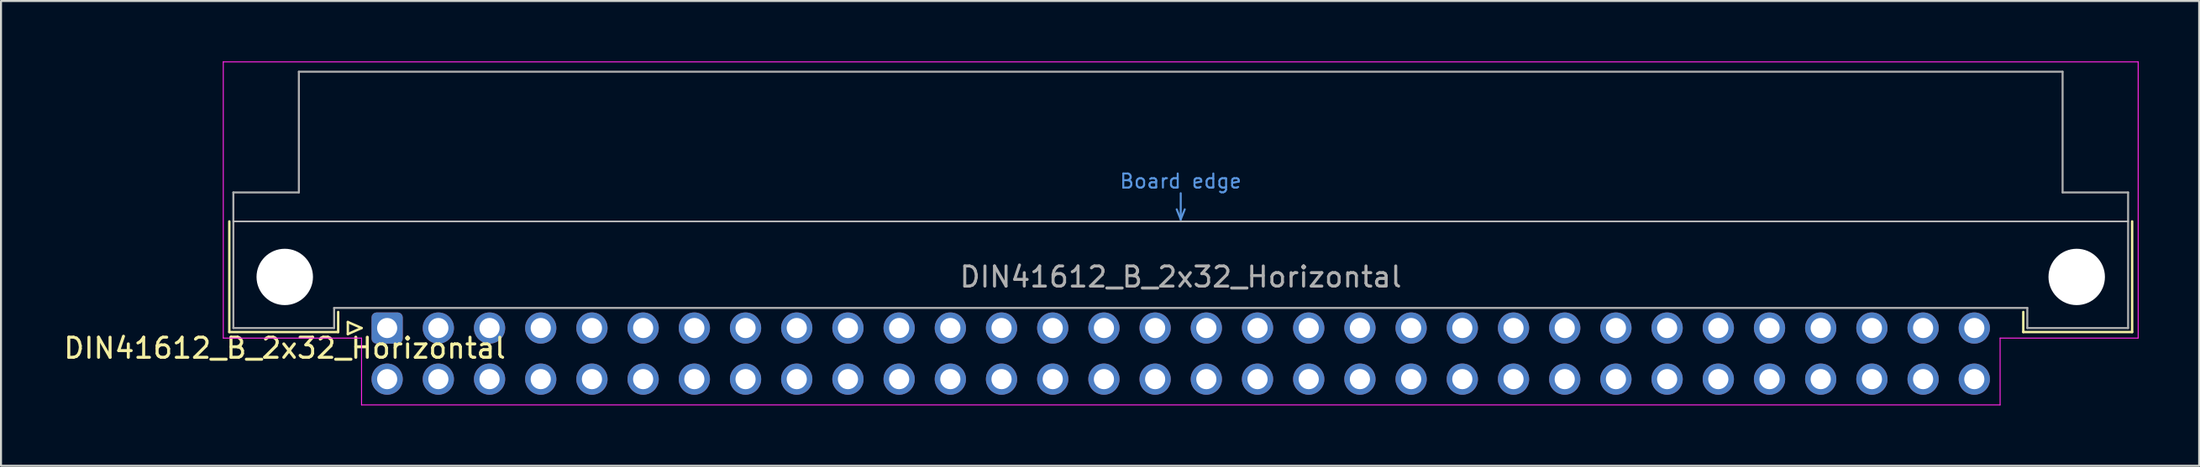
<source format=kicad_pcb>
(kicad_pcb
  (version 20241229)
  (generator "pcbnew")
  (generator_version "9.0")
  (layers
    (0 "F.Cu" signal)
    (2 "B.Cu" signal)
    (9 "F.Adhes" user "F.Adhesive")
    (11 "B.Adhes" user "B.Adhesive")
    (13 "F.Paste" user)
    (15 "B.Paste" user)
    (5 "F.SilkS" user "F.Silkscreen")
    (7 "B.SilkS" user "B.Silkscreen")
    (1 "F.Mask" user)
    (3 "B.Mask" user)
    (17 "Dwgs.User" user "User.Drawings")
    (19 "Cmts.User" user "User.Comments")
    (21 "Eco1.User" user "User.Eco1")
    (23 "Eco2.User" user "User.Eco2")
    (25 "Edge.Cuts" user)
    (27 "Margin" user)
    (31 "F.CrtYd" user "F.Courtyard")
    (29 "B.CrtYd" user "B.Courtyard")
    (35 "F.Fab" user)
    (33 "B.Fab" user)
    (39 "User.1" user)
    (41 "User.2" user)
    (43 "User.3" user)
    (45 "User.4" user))
  (footprint "DIN41612_B_2x32_Horizontal"
    (layer "F.Cu")
    (at 16.157 13.255)
    (property "Reference" "DIN41612_B_2x32_Horizontal" (at -5.08 1 0) (layer "F.SilkS") (effects (font (size 1 1) (thickness 0.15))))
    (attr through_hole)
    (fp_line (start -7.83 -5.3) (end -7.83 0.2) (stroke (width 0.12) (type solid)) (layer "F.SilkS"))
    (fp_line (start -7.83 0.2) (end -2.43 0.2) (stroke (width 0.12) (type solid)) (layer "F.SilkS"))
    (fp_line (start -2.43 0.2) (end -2.43 -0.8) (stroke (width 0.12) (type solid)) (layer "F.SilkS"))
    (fp_line (start -1.95 -0.3) (end -1.95 0.3) (stroke (width 0.12) (type solid)) (layer "F.SilkS"))
    (fp_line (start -1.95 0.3) (end -1.27 0) (stroke (width 0.12) (type solid)) (layer "F.SilkS"))
    (fp_line (start -1.27 0) (end -1.95 -0.3) (stroke (width 0.12) (type solid)) (layer "F.SilkS"))
    (fp_line (start 81.17 0.2) (end 81.17 -0.8) (stroke (width 0.12) (type solid)) (layer "F.SilkS"))
    (fp_line (start 86.57 -5.3) (end 86.57 0.2) (stroke (width 0.12) (type solid)) (layer "F.SilkS"))
    (fp_line (start 86.57 0.2) (end 81.17 0.2) (stroke (width 0.12) (type solid)) (layer "F.SilkS"))
    (fp_line (start -7.63 -5.3) (end 86.37 -5.3) (stroke (width 0.08) (type solid)) (layer "Dwgs.User"))
    (fp_line (start 39.17 -5.9) (end 39.37 -5.4) (stroke (width 0.1) (type solid)) (layer "Cmts.User"))
    (fp_line (start 39.37 -5.4) (end 39.37 -6.7) (stroke (width 0.1) (type solid)) (layer "Cmts.User"))
    (fp_line (start 39.37 -5.4) (end 39.57 -5.9) (stroke (width 0.1) (type solid)) (layer "Cmts.User"))
    (fp_line (start -8.13 -13.23) (end -8.13 0.5) (stroke (width 0.05) (type solid)) (layer "F.CrtYd"))
    (fp_line (start -8.13 0.5) (end -1.27 0.5) (stroke (width 0.05) (type solid)) (layer "F.CrtYd"))
    (fp_line (start -1.27 0.5) (end -1.27 3.82) (stroke (width 0.05) (type solid)) (layer "F.CrtYd"))
    (fp_line (start -1.27 3.82) (end 80.02 3.82) (stroke (width 0.05) (type solid)) (layer "F.CrtYd"))
    (fp_line (start 80.02 0.5) (end 86.87 0.5) (stroke (width 0.05) (type solid)) (layer "F.CrtYd"))
    (fp_line (start 80.02 3.82) (end 80.02 0.5) (stroke (width 0.05) (type solid)) (layer "F.CrtYd"))
    (fp_line (start 86.87 -13.23) (end -8.13 -13.23) (stroke (width 0.05) (type solid)) (layer "F.CrtYd"))
    (fp_line (start 86.87 0.5) (end 86.87 -13.23) (stroke (width 0.05) (type solid)) (layer "F.CrtYd"))
    (fp_line (start -7.63 -6.74) (end -7.63 0) (stroke (width 0.1) (type solid)) (layer "F.Fab"))
    (fp_line (start -7.63 0) (end -2.63 0) (stroke (width 0.1) (type solid)) (layer "F.Fab"))
    (fp_line (start -4.38 -12.74) (end -4.38 -6.74) (stroke (width 0.1) (type solid)) (layer "F.Fab"))
    (fp_line (start -4.38 -6.74) (end -7.63 -6.74) (stroke (width 0.1) (type solid)) (layer "F.Fab"))
    (fp_line (start -2.63 -1) (end 81.37 -1) (stroke (width 0.1) (type solid)) (layer "F.Fab"))
    (fp_line (start -2.63 0) (end -2.63 -1) (stroke (width 0.1) (type solid)) (layer "F.Fab"))
    (fp_line (start 81.37 -1) (end 81.37 0) (stroke (width 0.1) (type solid)) (layer "F.Fab"))
    (fp_line (start 81.37 0) (end 86.37 0) (stroke (width 0.1) (type solid)) (layer "F.Fab"))
    (fp_line (start 83.12 -12.74) (end -4.38 -12.74) (stroke (width 0.1) (type solid)) (layer "F.Fab"))
    (fp_line (start 83.12 -6.74) (end 83.12 -12.74) (stroke (width 0.1) (type solid)) (layer "F.Fab"))
    (fp_line (start 86.37 -6.74) (end 83.12 -6.74) (stroke (width 0.1) (type solid)) (layer "F.Fab"))
    (fp_line (start 86.37 0) (end 86.37 -6.74) (stroke (width 0.1) (type solid)) (layer "F.Fab"))
    (fp_text user "Board edge" (at 39.37 -7.3 0) (layer "Cmts.User") (effects (font (size 0.7 0.7) (thickness 0.1))))
    (fp_text user "${REFERENCE}" (at 39.37 -2.54 0) (layer "F.Fab") (effects (font (size 1 1) (thickness 0.15))))
    (pad "" np_thru_hole circle (at -5.08 -2.54) (size 2.8 2.8) (drill 2.8) (layers "*.Cu" "*.Mask"))
    (pad "" np_thru_hole circle (at 83.82 -2.54) (size 2.8 2.8) (drill 2.8) (layers "*.Cu" "*.Mask"))
    (pad "a1" thru_hole roundrect (at 0 0) (size 1.55 1.55) (drill 1) (layers "*.Cu" "*.Mask") (roundrect_rratio 0.161))
    (pad "a2" thru_hole circle (at 2.54 0) (size 1.55 1.55) (drill 1) (layers "*.Cu" "*.Mask"))
    (pad "a3" thru_hole circle (at 5.08 0) (size 1.55 1.55) (drill 1) (layers "*.Cu" "*.Mask"))
    (pad "a4" thru_hole circle (at 7.62 0) (size 1.55 1.55) (drill 1) (layers "*.Cu" "*.Mask"))
    (pad "a5" thru_hole circle (at 10.16 0) (size 1.55 1.55) (drill 1) (layers "*.Cu" "*.Mask"))
    (pad "a6" thru_hole circle (at 12.7 0) (size 1.55 1.55) (drill 1) (layers "*.Cu" "*.Mask"))
    (pad "a7" thru_hole circle (at 15.24 0) (size 1.55 1.55) (drill 1) (layers "*.Cu" "*.Mask"))
    (pad "a8" thru_hole circle (at 17.78 0) (size 1.55 1.55) (drill 1) (layers "*.Cu" "*.Mask"))
    (pad "a9" thru_hole circle (at 20.32 0) (size 1.55 1.55) (drill 1) (layers "*.Cu" "*.Mask"))
    (pad "a10" thru_hole circle (at 22.86 0) (size 1.55 1.55) (drill 1) (layers "*.Cu" "*.Mask"))
    (pad "a11" thru_hole circle (at 25.4 0) (size 1.55 1.55) (drill 1) (layers "*.Cu" "*.Mask"))
    (pad "a12" thru_hole circle (at 27.94 0) (size 1.55 1.55) (drill 1) (layers "*.Cu" "*.Mask"))
    (pad "a13" thru_hole circle (at 30.48 0) (size 1.55 1.55) (drill 1) (layers "*.Cu" "*.Mask"))
    (pad "a14" thru_hole circle (at 33.02 0) (size 1.55 1.55) (drill 1) (layers "*.Cu" "*.Mask"))
    (pad "a15" thru_hole circle (at 35.56 0) (size 1.55 1.55) (drill 1) (layers "*.Cu" "*.Mask"))
    (pad "a16" thru_hole circle (at 38.1 0) (size 1.55 1.55) (drill 1) (layers "*.Cu" "*.Mask"))
    (pad "a17" thru_hole circle (at 40.64 0) (size 1.55 1.55) (drill 1) (layers "*.Cu" "*.Mask"))
    (pad "a18" thru_hole circle (at 43.18 0) (size 1.55 1.55) (drill 1) (layers "*.Cu" "*.Mask"))
    (pad "a19" thru_hole circle (at 45.72 0) (size 1.55 1.55) (drill 1) (layers "*.Cu" "*.Mask"))
    (pad "a20" thru_hole circle (at 48.26 0) (size 1.55 1.55) (drill 1) (layers "*.Cu" "*.Mask"))
    (pad "a21" thru_hole circle (at 50.8 0) (size 1.55 1.55) (drill 1) (layers "*.Cu" "*.Mask"))
    (pad "a22" thru_hole circle (at 53.34 0) (size 1.55 1.55) (drill 1) (layers "*.Cu" "*.Mask"))
    (pad "a23" thru_hole circle (at 55.88 0) (size 1.55 1.55) (drill 1) (layers "*.Cu" "*.Mask"))
    (pad "a24" thru_hole circle (at 58.42 0) (size 1.55 1.55) (drill 1) (layers "*.Cu" "*.Mask"))
    (pad "a25" thru_hole circle (at 60.96 0) (size 1.55 1.55) (drill 1) (layers "*.Cu" "*.Mask"))
    (pad "a26" thru_hole circle (at 63.5 0) (size 1.55 1.55) (drill 1) (layers "*.Cu" "*.Mask"))
    (pad "a27" thru_hole circle (at 66.04 0) (size 1.55 1.55) (drill 1) (layers "*.Cu" "*.Mask"))
    (pad "a28" thru_hole circle (at 68.58 0) (size 1.55 1.55) (drill 1) (layers "*.Cu" "*.Mask"))
    (pad "a29" thru_hole circle (at 71.12 0) (size 1.55 1.55) (drill 1) (layers "*.Cu" "*.Mask"))
    (pad "a30" thru_hole circle (at 73.66 0) (size 1.55 1.55) (drill 1) (layers "*.Cu" "*.Mask"))
    (pad "a31" thru_hole circle (at 76.2 0) (size 1.55 1.55) (drill 1) (layers "*.Cu" "*.Mask"))
    (pad "a32" thru_hole circle (at 78.74 0) (size 1.55 1.55) (drill 1) (layers "*.Cu" "*.Mask"))
    (pad "b1" thru_hole circle (at 0 2.54) (size 1.55 1.55) (drill 1) (layers "*.Cu" "*.Mask"))
    (pad "b2" thru_hole circle (at 2.54 2.54) (size 1.55 1.55) (drill 1) (layers "*.Cu" "*.Mask"))
    (pad "b3" thru_hole circle (at 5.08 2.54) (size 1.55 1.55) (drill 1) (layers "*.Cu" "*.Mask"))
    (pad "b4" thru_hole circle (at 7.62 2.54) (size 1.55 1.55) (drill 1) (layers "*.Cu" "*.Mask"))
    (pad "b5" thru_hole circle (at 10.16 2.54) (size 1.55 1.55) (drill 1) (layers "*.Cu" "*.Mask"))
    (pad "b6" thru_hole circle (at 12.7 2.54) (size 1.55 1.55) (drill 1) (layers "*.Cu" "*.Mask"))
    (pad "b7" thru_hole circle (at 15.24 2.54) (size 1.55 1.55) (drill 1) (layers "*.Cu" "*.Mask"))
    (pad "b8" thru_hole circle (at 17.78 2.54) (size 1.55 1.55) (drill 1) (layers "*.Cu" "*.Mask"))
    (pad "b9" thru_hole circle (at 20.32 2.54) (size 1.55 1.55) (drill 1) (layers "*.Cu" "*.Mask"))
    (pad "b10" thru_hole circle (at 22.86 2.54) (size 1.55 1.55) (drill 1) (layers "*.Cu" "*.Mask"))
    (pad "b11" thru_hole circle (at 25.4 2.54) (size 1.55 1.55) (drill 1) (layers "*.Cu" "*.Mask"))
    (pad "b12" thru_hole circle (at 27.94 2.54) (size 1.55 1.55) (drill 1) (layers "*.Cu" "*.Mask"))
    (pad "b13" thru_hole circle (at 30.48 2.54) (size 1.55 1.55) (drill 1) (layers "*.Cu" "*.Mask"))
    (pad "b14" thru_hole circle (at 33.02 2.54) (size 1.55 1.55) (drill 1) (layers "*.Cu" "*.Mask"))
    (pad "b15" thru_hole circle (at 35.56 2.54) (size 1.55 1.55) (drill 1) (layers "*.Cu" "*.Mask"))
    (pad "b16" thru_hole circle (at 38.1 2.54) (size 1.55 1.55) (drill 1) (layers "*.Cu" "*.Mask"))
    (pad "b17" thru_hole circle (at 40.64 2.54) (size 1.55 1.55) (drill 1) (layers "*.Cu" "*.Mask"))
    (pad "b18" thru_hole circle (at 43.18 2.54) (size 1.55 1.55) (drill 1) (layers "*.Cu" "*.Mask"))
    (pad "b19" thru_hole circle (at 45.72 2.54) (size 1.55 1.55) (drill 1) (layers "*.Cu" "*.Mask"))
    (pad "b20" thru_hole circle (at 48.26 2.54) (size 1.55 1.55) (drill 1) (layers "*.Cu" "*.Mask"))
    (pad "b21" thru_hole circle (at 50.8 2.54) (size 1.55 1.55) (drill 1) (layers "*.Cu" "*.Mask"))
    (pad "b22" thru_hole circle (at 53.34 2.54) (size 1.55 1.55) (drill 1) (layers "*.Cu" "*.Mask"))
    (pad "b23" thru_hole circle (at 55.88 2.54) (size 1.55 1.55) (drill 1) (layers "*.Cu" "*.Mask"))
    (pad "b24" thru_hole circle (at 58.42 2.54) (size 1.55 1.55) (drill 1) (layers "*.Cu" "*.Mask"))
    (pad "b25" thru_hole circle (at 60.96 2.54) (size 1.55 1.55) (drill 1) (layers "*.Cu" "*.Mask"))
    (pad "b26" thru_hole circle (at 63.5 2.54) (size 1.55 1.55) (drill 1) (layers "*.Cu" "*.Mask"))
    (pad "b27" thru_hole circle (at 66.04 2.54) (size 1.55 1.55) (drill 1) (layers "*.Cu" "*.Mask"))
    (pad "b28" thru_hole circle (at 68.58 2.54) (size 1.55 1.55) (drill 1) (layers "*.Cu" "*.Mask"))
    (pad "b29" thru_hole circle (at 71.12 2.54) (size 1.55 1.55) (drill 1) (layers "*.Cu" "*.Mask"))
    (pad "b30" thru_hole circle (at 73.66 2.54) (size 1.55 1.55) (drill 1) (layers "*.Cu" "*.Mask"))
    (pad "b31" thru_hole circle (at 76.2 2.54) (size 1.55 1.55) (drill 1) (layers "*.Cu" "*.Mask"))
    (pad "b32" thru_hole circle (at 78.74 2.54) (size 1.55 1.55) (drill 1) (layers "*.Cu" "*.Mask")))
  (gr_rect
    (start -3 -3)
    (end 106.052 20.1)
    (stroke (width 0.1) (type default))
    (fill no)
    (layer "Edge.Cuts")))
</source>
